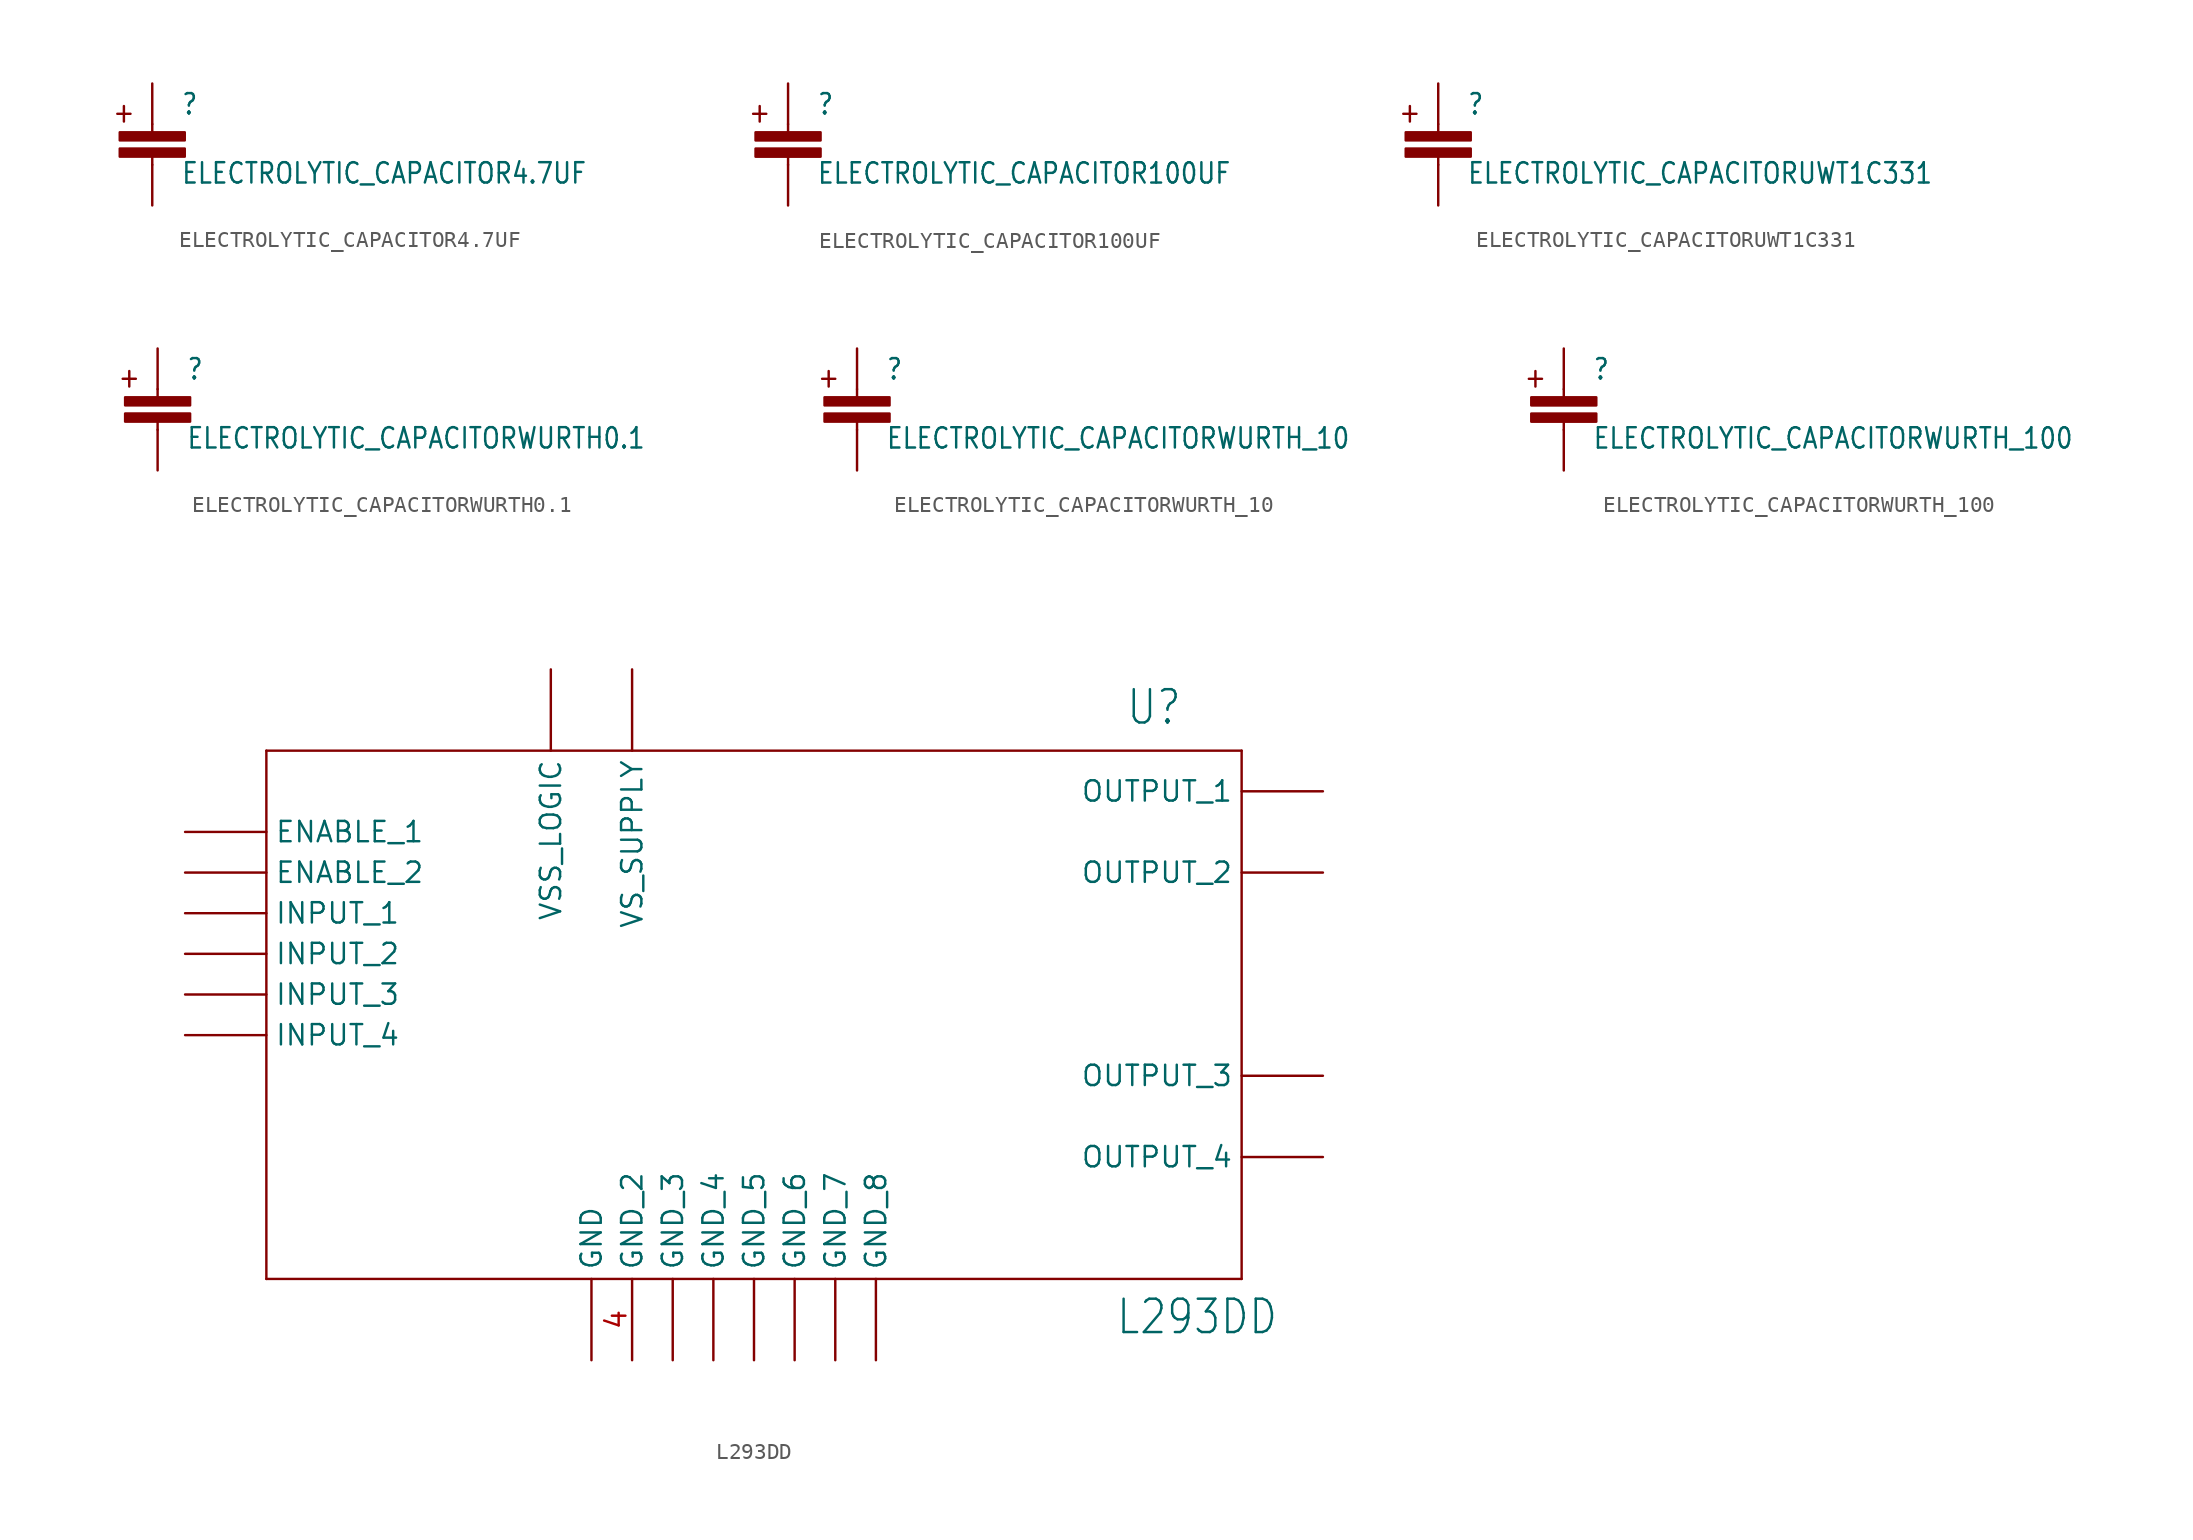
<source format=kicad_sym>
(kicad_symbol_lib
  (version 20211014)
  (generator kicad_symbol_editor)
  (symbol "ELECTROLYTIC_CAPACITOR4.7UF"
    (property "Reference" ""
      (at 1.778 0.508 0)
      (effects (font (size 1.27 1.079)) (justify left bottom)))
    (property "Value" "ELECTROLYTIC_CAPACITOR4.7UF"
      (at 1.778 -3.81 0)
      (effects (font (size 1.27 1.079)) (justify left bottom)))
    (property "ki_locked" ""
      (at 0 0 0)
      (effects (font (size 1.27 1.27))))
    (symbol "ELECTROLYTIC_CAPACITOR4.7UF_1_0"
      (rectangle (start -2.032 -2.032) (end 2.032 -1.524) (stroke (width 0) (type default) (color 0 0 0 0)) (fill (type outline)))
      (rectangle (start -2.032 -1.016) (end 2.032 -0.508) (stroke (width 0) (type default) (color 0 0 0 0)) (fill (type outline)))
      (polyline (pts (xy 0 -2.54) (xy 0 -2.032)) (stroke (width 0.152) (type default) (color 0 0 0 0)) (fill (type none)))
      (polyline (pts (xy 0 0) (xy 0 -0.508)) (stroke (width 0.152) (type default) (color 0 0 0 0)) (fill (type none)))
      (text "+" (at -2.54 0 0) (effects (font (size 1.27 1.079)) (justify left bottom)))
      (pin passive line (at 0 2.54 270) (length 2.54) (name "+" (effects (font (size 0 0)))) (number "+" (effects (font (size 0 0)))))
      (pin passive line (at 0 -5.08 90) (length 2.54) (name "-" (effects (font (size 0 0)))) (number "-" (effects (font (size 0 0)))))))
  (symbol "ELECTROLYTIC_CAPACITOR100UF"
    (property "Reference" ""
      (at 1.778 0.508 0)
      (effects (font (size 1.27 1.079)) (justify left bottom)))
    (property "Value" "ELECTROLYTIC_CAPACITOR100UF"
      (at 1.778 -3.81 0)
      (effects (font (size 1.27 1.079)) (justify left bottom)))
    (property "ki_locked" ""
      (at 0 0 0)
      (effects (font (size 1.27 1.27))))
    (symbol "ELECTROLYTIC_CAPACITOR100UF_1_0"
      (rectangle (start -2.032 -2.032) (end 2.032 -1.524) (stroke (width 0) (type default) (color 0 0 0 0)) (fill (type outline)))
      (rectangle (start -2.032 -1.016) (end 2.032 -0.508) (stroke (width 0) (type default) (color 0 0 0 0)) (fill (type outline)))
      (polyline (pts (xy 0 -2.54) (xy 0 -2.032)) (stroke (width 0.152) (type default) (color 0 0 0 0)) (fill (type none)))
      (polyline (pts (xy 0 0) (xy 0 -0.508)) (stroke (width 0.152) (type default) (color 0 0 0 0)) (fill (type none)))
      (text "+" (at -2.54 0 0) (effects (font (size 1.27 1.079)) (justify left bottom)))
      (pin passive line (at 0 2.54 270) (length 2.54) (name "+" (effects (font (size 0 0)))) (number "+" (effects (font (size 0 0)))))
      (pin passive line (at 0 -5.08 90) (length 2.54) (name "-" (effects (font (size 0 0)))) (number "-" (effects (font (size 0 0)))))))
  (symbol "ELECTROLYTIC_CAPACITORUWT1C331"
    (property "Reference" ""
      (at 1.778 0.508 0)
      (effects (font (size 1.27 1.079)) (justify left bottom)))
    (property "Value" "ELECTROLYTIC_CAPACITORUWT1C331"
      (at 1.778 -3.81 0)
      (effects (font (size 1.27 1.079)) (justify left bottom)))
    (property "ki_locked" ""
      (at 0 0 0)
      (effects (font (size 1.27 1.27))))
    (symbol "ELECTROLYTIC_CAPACITORUWT1C331_1_0"
      (rectangle (start -2.032 -2.032) (end 2.032 -1.524) (stroke (width 0) (type default) (color 0 0 0 0)) (fill (type outline)))
      (rectangle (start -2.032 -1.016) (end 2.032 -0.508) (stroke (width 0) (type default) (color 0 0 0 0)) (fill (type outline)))
      (polyline (pts (xy 0 -2.54) (xy 0 -2.032)) (stroke (width 0.152) (type default) (color 0 0 0 0)) (fill (type none)))
      (polyline (pts (xy 0 0) (xy 0 -0.508)) (stroke (width 0.152) (type default) (color 0 0 0 0)) (fill (type none)))
      (text "+" (at -2.54 0 0) (effects (font (size 1.27 1.079)) (justify left bottom)))
      (pin passive line (at 0 2.54 270) (length 2.54) (name "+" (effects (font (size 0 0)))) (number "+" (effects (font (size 0 0)))))
      (pin passive line (at 0 -5.08 90) (length 2.54) (name "-" (effects (font (size 0 0)))) (number "-" (effects (font (size 0 0)))))))
  (symbol "ELECTROLYTIC_CAPACITORWURTH0.1"
    (property "Reference" ""
      (at 1.778 0.508 0)
      (effects (font (size 1.27 1.079)) (justify left bottom)))
    (property "Value" "ELECTROLYTIC_CAPACITORWURTH0.1"
      (at 1.778 -3.81 0)
      (effects (font (size 1.27 1.079)) (justify left bottom)))
    (property "ki_locked" ""
      (at 0 0 0)
      (effects (font (size 1.27 1.27))))
    (symbol "ELECTROLYTIC_CAPACITORWURTH0.1_1_0"
      (rectangle (start -2.032 -2.032) (end 2.032 -1.524) (stroke (width 0) (type default) (color 0 0 0 0)) (fill (type outline)))
      (rectangle (start -2.032 -1.016) (end 2.032 -0.508) (stroke (width 0) (type default) (color 0 0 0 0)) (fill (type outline)))
      (polyline (pts (xy 0 -2.54) (xy 0 -2.032)) (stroke (width 0.152) (type default) (color 0 0 0 0)) (fill (type none)))
      (polyline (pts (xy 0 0) (xy 0 -0.508)) (stroke (width 0.152) (type default) (color 0 0 0 0)) (fill (type none)))
      (text "+" (at -2.54 0 0) (effects (font (size 1.27 1.079)) (justify left bottom)))
      (pin passive line (at 0 2.54 270) (length 2.54) (name "+" (effects (font (size 0 0)))) (number "+" (effects (font (size 0 0)))))
      (pin passive line (at 0 -5.08 90) (length 2.54) (name "-" (effects (font (size 0 0)))) (number "-" (effects (font (size 0 0)))))))
  (symbol "ELECTROLYTIC_CAPACITORWURTH_10"
    (property "Reference" ""
      (at 1.778 0.508 0)
      (effects (font (size 1.27 1.079)) (justify left bottom)))
    (property "Value" "ELECTROLYTIC_CAPACITORWURTH_10"
      (at 1.778 -3.81 0)
      (effects (font (size 1.27 1.079)) (justify left bottom)))
    (property "ki_locked" ""
      (at 0 0 0)
      (effects (font (size 1.27 1.27))))
    (symbol "ELECTROLYTIC_CAPACITORWURTH_10_1_0"
      (rectangle (start -2.032 -2.032) (end 2.032 -1.524) (stroke (width 0) (type default) (color 0 0 0 0)) (fill (type outline)))
      (rectangle (start -2.032 -1.016) (end 2.032 -0.508) (stroke (width 0) (type default) (color 0 0 0 0)) (fill (type outline)))
      (polyline (pts (xy 0 -2.54) (xy 0 -2.032)) (stroke (width 0.152) (type default) (color 0 0 0 0)) (fill (type none)))
      (polyline (pts (xy 0 0) (xy 0 -0.508)) (stroke (width 0.152) (type default) (color 0 0 0 0)) (fill (type none)))
      (text "+" (at -2.54 0 0) (effects (font (size 1.27 1.079)) (justify left bottom)))
      (pin passive line (at 0 2.54 270) (length 2.54) (name "+" (effects (font (size 0 0)))) (number "+" (effects (font (size 0 0)))))
      (pin passive line (at 0 -5.08 90) (length 2.54) (name "-" (effects (font (size 0 0)))) (number "-" (effects (font (size 0 0)))))))
  (symbol "ELECTROLYTIC_CAPACITORWURTH_100"
    (property "Reference" ""
      (at 1.778 0.508 0)
      (effects (font (size 1.27 1.079)) (justify left bottom)))
    (property "Value" "ELECTROLYTIC_CAPACITORWURTH_100"
      (at 1.778 -3.81 0)
      (effects (font (size 1.27 1.079)) (justify left bottom)))
    (property "ki_locked" ""
      (at 0 0 0)
      (effects (font (size 1.27 1.27))))
    (symbol "ELECTROLYTIC_CAPACITORWURTH_100_1_0"
      (rectangle (start -2.032 -2.032) (end 2.032 -1.524) (stroke (width 0) (type default) (color 0 0 0 0)) (fill (type outline)))
      (rectangle (start -2.032 -1.016) (end 2.032 -0.508) (stroke (width 0) (type default) (color 0 0 0 0)) (fill (type outline)))
      (polyline (pts (xy 0 -2.54) (xy 0 -2.032)) (stroke (width 0.152) (type default) (color 0 0 0 0)) (fill (type none)))
      (polyline (pts (xy 0 0) (xy 0 -0.508)) (stroke (width 0.152) (type default) (color 0 0 0 0)) (fill (type none)))
      (text "+" (at -2.54 0 0) (effects (font (size 1.27 1.079)) (justify left bottom)))
      (pin passive line (at 0 2.54 270) (length 2.54) (name "+" (effects (font (size 0 0)))) (number "+" (effects (font (size 0 0)))))
      (pin passive line (at 0 -5.08 90) (length 2.54) (name "-" (effects (font (size 0 0)))) (number "-" (effects (font (size 0 0)))))))
  (symbol "L293DD"
    (property "Reference" "U"
      (at 61.316 6.579 0)
      (effects (font (size 2.083 1.77)) (justify left bottom)))
    (property "Value" "L293DD"
      (at 60.681 -31.521 0)
      (effects (font (size 2.083 1.77)) (justify left bottom)))
    (property "ki_locked" ""
      (at 0 0 0)
      (effects (font (size 1.27 1.27))))
    (symbol "L293DD_1_0"
      (polyline (pts (xy 7.62 -27.94) (xy 68.58 -27.94)) (stroke (width 0.152) (type default) (color 0 0 0 0)) (fill (type none)))
      (polyline (pts (xy 7.62 5.08) (xy 7.62 -27.94)) (stroke (width 0.152) (type default) (color 0 0 0 0)) (fill (type none)))
      (polyline (pts (xy 68.58 -27.94) (xy 68.58 5.08)) (stroke (width 0.152) (type default) (color 0 0 0 0)) (fill (type none)))
      (polyline (pts (xy 68.58 5.08) (xy 7.62 5.08)) (stroke (width 0.152) (type default) (color 0 0 0 0)) (fill (type none)))
      (pin input line (at 2.54 0 0) (length 5.08) (name "ENABLE_1" (effects (font (size 1.27 1.27)))) (number "1" (effects (font (size 0 0)))))
      (pin passive line (at 30.48 10.16 270) (length 5.08) (name "VS_SUPPLY" (effects (font (size 1.27 1.27)))) (number "10" (effects (font (size 0 0)))))
      (pin input line (at 2.54 -2.54 0) (length 5.08) (name "ENABLE_2" (effects (font (size 1.27 1.27)))) (number "11" (effects (font (size 0 0)))))
      (pin input line (at 2.54 -10.16 0) (length 5.08) (name "INPUT_3" (effects (font (size 1.27 1.27)))) (number "12" (effects (font (size 0 0)))))
      (pin output line (at 73.66 -15.24 180) (length 5.08) (name "OUTPUT_3" (effects (font (size 1.27 1.27)))) (number "13" (effects (font (size 0 0)))))
      (pin passive line (at 40.64 -33.02 90) (length 5.08) (name "GND_6" (effects (font (size 1.27 1.27)))) (number "14" (effects (font (size 0 0)))))
      (pin passive line (at 43.18 -33.02 90) (length 5.08) (name "GND_7" (effects (font (size 1.27 1.27)))) (number "15" (effects (font (size 0 0)))))
      (pin passive line (at 45.72 -33.02 90) (length 5.08) (name "GND_8" (effects (font (size 1.27 1.27)))) (number "16" (effects (font (size 0 0)))))
      (pin passive line (at 27.94 -33.02 90) (length 5.08) (name "GND" (effects (font (size 1.27 1.27)))) (number "17" (effects (font (size 0 0)))))
      (pin output line (at 73.66 -20.32 180) (length 5.08) (name "OUTPUT_4" (effects (font (size 1.27 1.27)))) (number "18" (effects (font (size 0 0)))))
      (pin input line (at 2.54 -12.7 0) (length 5.08) (name "INPUT_4" (effects (font (size 1.27 1.27)))) (number "19" (effects (font (size 0 0)))))
      (pin input line (at 2.54 -5.08 0) (length 5.08) (name "INPUT_1" (effects (font (size 1.27 1.27)))) (number "2" (effects (font (size 0 0)))))
      (pin passive line (at 25.4 10.16 270) (length 5.08) (name "VSS_LOGIC" (effects (font (size 1.27 1.27)))) (number "20" (effects (font (size 0 0)))))
      (pin output line (at 73.66 2.54 180) (length 5.08) (name "OUTPUT_1" (effects (font (size 1.27 1.27)))) (number "3" (effects (font (size 0 0)))))
      (pin passive line (at 30.48 -33.02 90) (length 5.08) (name "GND_2" (effects (font (size 1.27 1.27)))) (number "4" (effects (font (size 1.27 1.27)))))
      (pin passive line (at 33.02 -33.02 90) (length 5.08) (name "GND_3" (effects (font (size 1.27 1.27)))) (number "5" (effects (font (size 0 0)))))
      (pin passive line (at 35.56 -33.02 90) (length 5.08) (name "GND_4" (effects (font (size 1.27 1.27)))) (number "6" (effects (font (size 0 0)))))
      (pin passive line (at 38.1 -33.02 90) (length 5.08) (name "GND_5" (effects (font (size 1.27 1.27)))) (number "7" (effects (font (size 0 0)))))
      (pin output line (at 73.66 -2.54 180) (length 5.08) (name "OUTPUT_2" (effects (font (size 1.27 1.27)))) (number "8" (effects (font (size 0 0)))))
      (pin input line (at 2.54 -7.62 0) (length 5.08) (name "INPUT_2" (effects (font (size 1.27 1.27)))) (number "9" (effects (font (size 0 0))))))))
</source>
